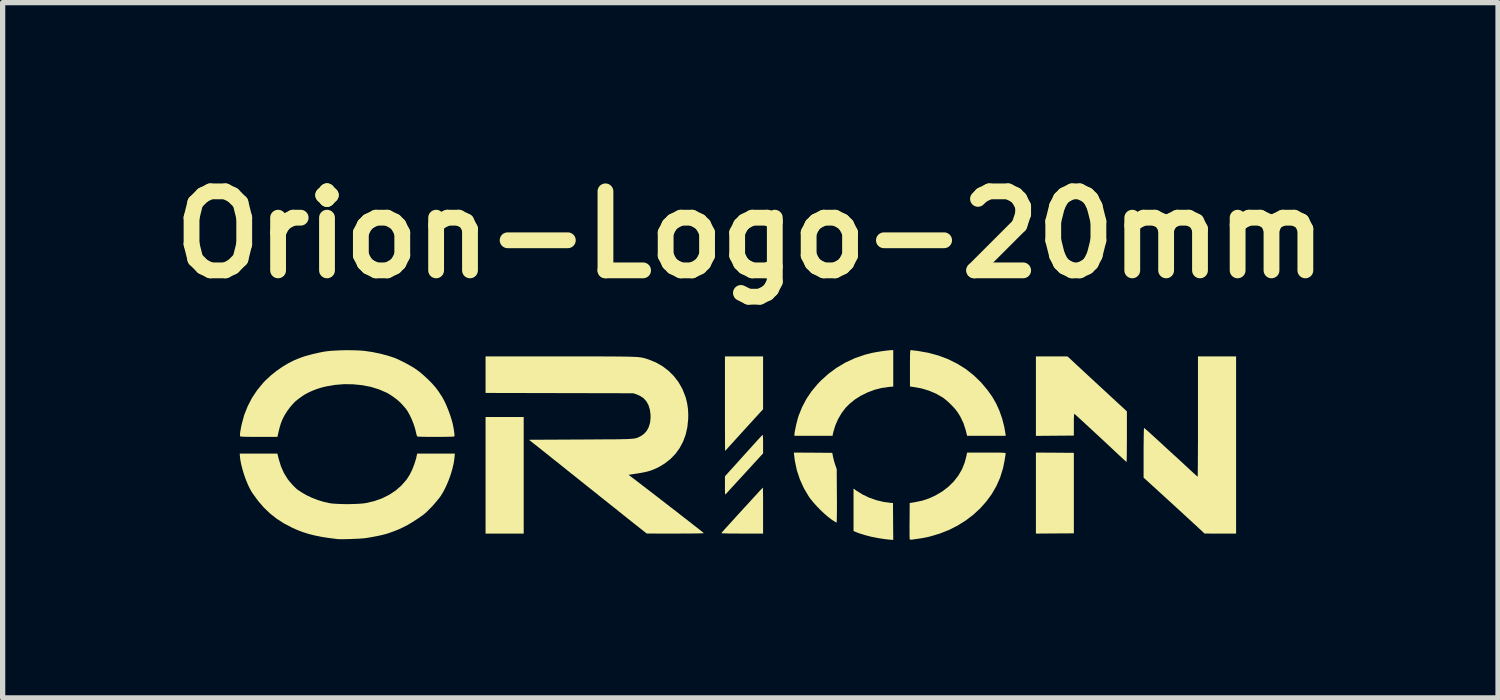
<source format=kicad_pcb>
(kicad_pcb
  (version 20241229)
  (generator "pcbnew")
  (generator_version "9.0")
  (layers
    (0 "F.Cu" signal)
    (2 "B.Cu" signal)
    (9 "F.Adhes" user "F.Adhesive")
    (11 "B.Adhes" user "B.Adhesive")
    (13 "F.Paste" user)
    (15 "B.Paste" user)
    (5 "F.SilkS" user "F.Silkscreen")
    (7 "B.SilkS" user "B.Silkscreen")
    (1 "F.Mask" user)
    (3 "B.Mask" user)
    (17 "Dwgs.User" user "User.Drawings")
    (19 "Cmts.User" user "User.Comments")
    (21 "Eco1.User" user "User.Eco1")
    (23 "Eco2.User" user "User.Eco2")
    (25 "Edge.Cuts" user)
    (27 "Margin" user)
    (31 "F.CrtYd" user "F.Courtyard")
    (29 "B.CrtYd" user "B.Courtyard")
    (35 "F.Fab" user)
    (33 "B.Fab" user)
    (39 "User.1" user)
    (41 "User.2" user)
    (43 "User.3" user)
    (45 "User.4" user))
  (footprint "Orion-Logo-20mm"
    (layer "F.Cu")
    (at 10.939 5.392)
    (property "Reference" "Orion-Logo-20mm" (at 0.254 -3.988 0) (layer "F.SilkS") (effects (font (size 1.5 1.5) (thickness 0.3))))
    (attr board_only exclude_from_pos_files exclude_from_bom)
    (fp_poly (pts (xy -4.048 0.58) (xy -4.048 1.687) (xy -4.41 1.687) (xy -4.772 1.687) (xy -4.772 0.58) (xy -4.772 -0.526) (xy -4.41 -0.526) (xy -4.048 -0.526)) (stroke (width 0) (type solid)) (fill yes) (layer "F.SilkS"))
    (fp_poly (pts (xy 6.035 0.151) (xy 6.395 0.154) (xy 6.395 0.918) (xy 6.395 1.682) (xy 6.035 1.684) (xy 5.675 1.687) (xy 5.675 0.918) (xy 5.675 0.149)) (stroke (width 0) (type solid)) (fill yes) (layer "F.SilkS"))
    (fp_poly (pts (xy 2.275 0.877) (xy 2.387 0.946) (xy 2.511 1.005) (xy 2.644 1.052) (xy 2.781 1.085) (xy 2.915 1.103) (xy 2.922 1.104) (xy 2.962 1.106) (xy 2.964 1.456) (xy 2.967 1.806) (xy 2.935 1.805) (xy 2.911 1.803) (xy 2.873 1.799) (xy 2.829 1.794) (xy 2.802 1.791) (xy 2.677 1.772) (xy 2.556 1.748) (xy 2.442 1.719) (xy 2.34 1.688) (xy 2.26 1.658) (xy 2.213 1.638) (xy 2.213 1.235) (xy 2.213 0.832)) (stroke (width 0) (type solid)) (fill yes) (layer "F.SilkS"))
    (fp_poly (pts (xy 0.496 -1.175) (xy 0.496 -0.674) (xy 0.295 -0.454) (xy 0.243 -0.397) (xy 0.187 -0.335) (xy 0.129 -0.272) (xy 0.071 -0.208) (xy 0.014 -0.145) (xy -0.041 -0.085) (xy -0.091 -0.029) (xy -0.136 0.02) (xy -0.173 0.061) (xy -0.201 0.092) (xy -0.219 0.112) (xy -0.225 0.118) (xy -0.225 0.109) (xy -0.226 0.082) (xy -0.226 0.037) (xy -0.227 -0.023) (xy -0.227 -0.098) (xy -0.227 -0.185) (xy -0.228 -0.284) (xy -0.228 -0.394) (xy -0.228 -0.511) (xy -0.228 -0.637) (xy -0.228 -0.768) (xy -0.228 -0.777) (xy -0.228 -1.677) (xy 0.134 -1.677) (xy 0.496 -1.677)) (stroke (width 0) (type solid)) (fill yes) (layer "F.SilkS"))
    (fp_poly (pts (xy 1.445 0.151) (xy 1.809 0.154) (xy 1.826 0.238) (xy 1.838 0.289) (xy 1.853 0.343) (xy 1.868 0.389) (xy 1.869 0.392) (xy 1.894 0.462) (xy 1.897 0.97) (xy 1.898 1.099) (xy 1.898 1.21) (xy 1.897 1.301) (xy 1.896 1.374) (xy 1.895 1.428) (xy 1.893 1.462) (xy 1.891 1.477) (xy 1.89 1.478) (xy 1.878 1.472) (xy 1.854 1.458) (xy 1.821 1.437) (xy 1.791 1.416) (xy 1.728 1.368) (xy 1.658 1.308) (xy 1.586 1.24) (xy 1.516 1.168) (xy 1.451 1.096) (xy 1.395 1.027) (xy 1.363 0.982) (xy 1.269 0.823) (xy 1.194 0.657) (xy 1.137 0.485) (xy 1.099 0.306) (xy 1.087 0.211) (xy 1.08 0.149)) (stroke (width 0) (type solid)) (fill yes) (layer "F.SilkS"))
    (fp_poly (pts (xy 0.493 0.823) (xy 0.494 0.851) (xy 0.494 0.894) (xy 0.495 0.951) (xy 0.496 1.02) (xy 0.496 1.099) (xy 0.496 1.185) (xy 0.496 1.25) (xy 0.496 1.687) (xy 0.098 1.687) (xy -0.001 1.686) (xy -0.089 1.686) (xy -0.163 1.685) (xy -0.221 1.683) (xy -0.264 1.682) (xy -0.289 1.68) (xy -0.296 1.677) (xy -0.289 1.669) (xy -0.27 1.647) (xy -0.241 1.614) (xy -0.202 1.571) (xy -0.156 1.52) (xy -0.103 1.462) (xy -0.046 1.399) (xy 0.014 1.333) (xy 0.077 1.264) (xy 0.14 1.195) (xy 0.202 1.128) (xy 0.261 1.063) (xy 0.317 1.002) (xy 0.368 0.947) (xy 0.411 0.899) (xy 0.447 0.861) (xy 0.474 0.833) (xy 0.489 0.817) (xy 0.492 0.814)) (stroke (width 0) (type solid)) (fill yes) (layer "F.SilkS"))
    (fp_poly (pts (xy 0.491 -0.179) (xy 0.493 -0.153) (xy 0.495 -0.113) (xy 0.496 -0.063) (xy 0.496 -0.012) (xy 0.496 0.164) (xy 0.355 0.318) (xy 0.31 0.367) (xy 0.255 0.428) (xy 0.193 0.495) (xy 0.129 0.565) (xy 0.065 0.635) (xy 0.011 0.693) (xy -0.041 0.75) (xy -0.089 0.802) (xy -0.132 0.849) (xy -0.167 0.888) (xy -0.193 0.917) (xy -0.208 0.934) (xy -0.211 0.936) (xy -0.217 0.943) (xy -0.221 0.944) (xy -0.224 0.937) (xy -0.226 0.919) (xy -0.227 0.889) (xy -0.228 0.844) (xy -0.228 0.782) (xy -0.228 0.778) (xy -0.228 0.599) (xy -0.009 0.357) (xy 0.052 0.289) (xy 0.116 0.218) (xy 0.179 0.148) (xy 0.24 0.081) (xy 0.294 0.021) (xy 0.338 -0.028) (xy 0.346 -0.036) (xy 0.387 -0.082) (xy 0.424 -0.122) (xy 0.454 -0.154) (xy 0.476 -0.177) (xy 0.488 -0.187) (xy 0.489 -0.188)) (stroke (width 0) (type solid)) (fill yes) (layer "F.SilkS"))
    (fp_poly (pts (xy 3.314 -1.795) (xy 3.344 -1.791) (xy 3.385 -1.786) (xy 3.43 -1.781) (xy 3.634 -1.745) (xy 3.828 -1.692) (xy 4.011 -1.623) (xy 4.183 -1.537) (xy 4.345 -1.436) (xy 4.494 -1.318) (xy 4.632 -1.185) (xy 4.757 -1.036) (xy 4.846 -0.911) (xy 4.919 -0.784) (xy 4.982 -0.645) (xy 5.034 -0.497) (xy 5.073 -0.346) (xy 5.095 -0.221) (xy 5.102 -0.169) (xy 4.735 -0.169) (xy 4.369 -0.169) (xy 4.343 -0.275) (xy 4.3 -0.409) (xy 4.238 -0.538) (xy 4.186 -0.62) (xy 4.146 -0.672) (xy 4.095 -0.729) (xy 4.037 -0.787) (xy 3.979 -0.84) (xy 3.924 -0.884) (xy 3.904 -0.898) (xy 3.78 -0.969) (xy 3.645 -1.026) (xy 3.503 -1.069) (xy 3.396 -1.089) (xy 3.284 -1.106) (xy 3.284 -1.451) (xy 3.284 -1.544) (xy 3.285 -1.619) (xy 3.285 -1.678) (xy 3.286 -1.723) (xy 3.288 -1.755) (xy 3.29 -1.777) (xy 3.293 -1.789) (xy 3.296 -1.795) (xy 3.299 -1.796)) (stroke (width 0) (type solid)) (fill yes) (layer "F.SilkS"))
    (fp_poly (pts (xy 2.967 -1.45) (xy 2.967 -1.104) (xy 2.881 -1.097) (xy 2.744 -1.077) (xy 2.609 -1.042) (xy 2.477 -0.992) (xy 2.351 -0.93) (xy 2.236 -0.857) (xy 2.133 -0.773) (xy 2.06 -0.698) (xy 1.984 -0.597) (xy 1.919 -0.485) (xy 1.867 -0.366) (xy 1.831 -0.247) (xy 1.826 -0.226) (xy 1.814 -0.169) (xy 1.453 -0.169) (xy 1.091 -0.169) (xy 1.091 -0.195) (xy 1.094 -0.224) (xy 1.101 -0.267) (xy 1.112 -0.32) (xy 1.124 -0.379) (xy 1.139 -0.438) (xy 1.153 -0.493) (xy 1.167 -0.539) (xy 1.171 -0.552) (xy 1.238 -0.717) (xy 1.32 -0.872) (xy 1.418 -1.017) (xy 1.533 -1.154) (xy 1.592 -1.216) (xy 1.736 -1.346) (xy 1.892 -1.461) (xy 2.059 -1.56) (xy 2.236 -1.642) (xy 2.422 -1.707) (xy 2.552 -1.74) (xy 2.6 -1.75) (xy 2.658 -1.76) (xy 2.722 -1.771) (xy 2.786 -1.78) (xy 2.847 -1.788) (xy 2.898 -1.793) (xy 2.937 -1.796) (xy 2.944 -1.796) (xy 2.967 -1.796)) (stroke (width 0) (type solid)) (fill yes) (layer "F.SilkS"))
    (fp_poly (pts (xy 5.975 -1.677) (xy 6.276 -1.676) (xy 6.4 -1.561) (xy 6.43 -1.532) (xy 6.473 -1.492) (xy 6.528 -1.442) (xy 6.591 -1.383) (xy 6.662 -1.317) (xy 6.739 -1.246) (xy 6.819 -1.172) (xy 6.902 -1.095) (xy 6.963 -1.039) (xy 7.402 -0.633) (xy 7.402 -0.153) (xy 7.402 -0.057) (xy 7.401 0.032) (xy 7.401 0.113) (xy 7.4 0.184) (xy 7.399 0.242) (xy 7.398 0.287) (xy 7.397 0.316) (xy 7.396 0.327) (xy 7.396 0.327) (xy 7.388 0.321) (xy 7.367 0.303) (xy 7.336 0.275) (xy 7.298 0.24) (xy 7.254 0.199) (xy 7.24 0.186) (xy 7.18 0.13) (xy 7.114 0.068) (xy 7.045 0.003) (xy 6.972 -0.065) (xy 6.898 -0.134) (xy 6.824 -0.202) (xy 6.752 -0.269) (xy 6.682 -0.334) (xy 6.618 -0.393) (xy 6.559 -0.448) (xy 6.507 -0.495) (xy 6.465 -0.534) (xy 6.433 -0.563) (xy 6.413 -0.581) (xy 6.406 -0.587) (xy 6.402 -0.583) (xy 6.399 -0.566) (xy 6.397 -0.533) (xy 6.395 -0.483) (xy 6.395 -0.416) (xy 6.395 -0.384) (xy 6.395 -0.174) (xy 6.035 -0.171) (xy 5.675 -0.168) (xy 5.675 -0.923) (xy 5.675 -1.677)) (stroke (width 0) (type solid)) (fill yes) (layer "F.SilkS"))
    (fp_poly (pts (xy 4.833 0.149) (xy 4.914 0.149) (xy 4.978 0.15) (xy 5.026 0.151) (xy 5.061 0.153) (xy 5.084 0.155) (xy 5.097 0.158) (xy 5.1 0.161) (xy 5.098 0.187) (xy 5.092 0.227) (xy 5.084 0.277) (xy 5.074 0.332) (xy 5.063 0.386) (xy 5.053 0.436) (xy 5.046 0.463) (xy 4.994 0.628) (xy 4.924 0.786) (xy 4.837 0.936) (xy 4.734 1.077) (xy 4.616 1.209) (xy 4.485 1.33) (xy 4.341 1.439) (xy 4.186 1.536) (xy 4.019 1.62) (xy 3.843 1.689) (xy 3.659 1.743) (xy 3.607 1.755) (xy 3.569 1.763) (xy 3.533 1.77) (xy 3.495 1.776) (xy 3.449 1.783) (xy 3.392 1.791) (xy 3.321 1.801) (xy 3.291 1.802) (xy 3.279 1.793) (xy 3.278 1.781) (xy 3.277 1.751) (xy 3.276 1.706) (xy 3.276 1.648) (xy 3.276 1.58) (xy 3.276 1.504) (xy 3.277 1.444) (xy 3.279 1.107) (xy 3.381 1.09) (xy 3.516 1.062) (xy 3.642 1.02) (xy 3.762 0.966) (xy 3.894 0.889) (xy 4.012 0.799) (xy 4.114 0.699) (xy 4.201 0.588) (xy 4.271 0.468) (xy 4.323 0.339) (xy 4.356 0.211) (xy 4.368 0.149) (xy 4.734 0.149)) (stroke (width 0) (type solid)) (fill yes) (layer "F.SilkS"))
    (fp_poly (pts (xy 9.475 0.005) (xy 9.475 1.687) (xy 9.175 1.687) (xy 8.875 1.686) (xy 8.816 1.629) (xy 8.798 1.613) (xy 8.768 1.585) (xy 8.725 1.545) (xy 8.672 1.497) (xy 8.61 1.439) (xy 8.539 1.375) (xy 8.463 1.304) (xy 8.381 1.229) (xy 8.295 1.15) (xy 8.238 1.098) (xy 7.719 0.624) (xy 7.719 0.153) (xy 7.719 0.055) (xy 7.72 -0.035) (xy 7.721 -0.117) (xy 7.722 -0.186) (xy 7.723 -0.243) (xy 7.725 -0.285) (xy 7.726 -0.31) (xy 7.728 -0.318) (xy 7.738 -0.311) (xy 7.76 -0.293) (xy 7.791 -0.266) (xy 7.83 -0.231) (xy 7.874 -0.191) (xy 7.88 -0.186) (xy 7.921 -0.148) (xy 7.975 -0.099) (xy 8.037 -0.042) (xy 8.105 0.021) (xy 8.177 0.087) (xy 8.249 0.153) (xy 8.305 0.204) (xy 8.372 0.265) (xy 8.437 0.325) (xy 8.498 0.382) (xy 8.554 0.433) (xy 8.601 0.477) (xy 8.638 0.511) (xy 8.663 0.534) (xy 8.695 0.563) (xy 8.722 0.587) (xy 8.739 0.602) (xy 8.745 0.605) (xy 8.746 0.596) (xy 8.747 0.567) (xy 8.747 0.522) (xy 8.748 0.46) (xy 8.749 0.383) (xy 8.749 0.293) (xy 8.75 0.19) (xy 8.75 0.076) (xy 8.751 -0.048) (xy 8.751 -0.181) (xy 8.751 -0.321) (xy 8.751 -0.467) (xy 8.751 -0.536) (xy 8.751 -1.677) (xy 9.113 -1.677) (xy 9.475 -1.677)) (stroke (width 0) (type solid)) (fill yes) (layer "F.SilkS"))
    (fp_poly (pts (xy -8.698 0.272) (xy -8.656 0.41) (xy -8.6 0.536) (xy -8.528 0.652) (xy -8.521 0.661) (xy -8.493 0.697) (xy -8.458 0.737) (xy -8.421 0.778) (xy -8.386 0.813) (xy -8.356 0.841) (xy -8.342 0.852) (xy -8.321 0.866) (xy -8.29 0.886) (xy -8.259 0.907) (xy -8.171 0.958) (xy -8.07 1.006) (xy -7.959 1.049) (xy -7.846 1.084) (xy -7.739 1.108) (xy -7.684 1.116) (xy -7.614 1.121) (xy -7.532 1.125) (xy -7.444 1.127) (xy -7.353 1.127) (xy -7.264 1.125) (xy -7.181 1.121) (xy -7.108 1.116) (xy -7.05 1.108) (xy -7.046 1.108) (xy -6.887 1.071) (xy -6.739 1.019) (xy -6.604 0.952) (xy -6.482 0.872) (xy -6.373 0.778) (xy -6.279 0.671) (xy -6.267 0.655) (xy -6.214 0.573) (xy -6.166 0.477) (xy -6.125 0.372) (xy -6.091 0.264) (xy -6.077 0.201) (xy -6.071 0.169) (xy -5.713 0.169) (xy -5.355 0.169) (xy -5.362 0.248) (xy -5.376 0.348) (xy -5.401 0.456) (xy -5.434 0.568) (xy -5.475 0.68) (xy -5.521 0.788) (xy -5.571 0.887) (xy -5.623 0.973) (xy -5.652 1.012) (xy -5.712 1.085) (xy -5.773 1.156) (xy -5.835 1.22) (xy -5.892 1.277) (xy -5.943 1.321) (xy -5.966 1.339) (xy -6.07 1.411) (xy -6.164 1.471) (xy -6.251 1.523) (xy -6.336 1.567) (xy -6.422 1.607) (xy -6.515 1.644) (xy -6.617 1.68) (xy -6.625 1.683) (xy -6.68 1.699) (xy -6.752 1.717) (xy -6.837 1.735) (xy -6.931 1.753) (xy -7.032 1.77) (xy -7.042 1.771) (xy -7.079 1.776) (xy -7.131 1.78) (xy -7.194 1.784) (xy -7.264 1.787) (xy -7.336 1.79) (xy -7.407 1.792) (xy -7.473 1.793) (xy -7.529 1.793) (xy -7.572 1.792) (xy -7.59 1.79) (xy -7.748 1.77) (xy -7.889 1.748) (xy -8.016 1.722) (xy -8.132 1.693) (xy -8.239 1.659) (xy -8.342 1.62) (xy -8.443 1.575) (xy -8.448 1.572) (xy -8.601 1.492) (xy -8.739 1.403) (xy -8.864 1.304) (xy -8.98 1.193) (xy -9.089 1.067) (xy -9.193 0.924) (xy -9.204 0.908) (xy -9.242 0.842) (xy -9.281 0.762) (xy -9.319 0.671) (xy -9.354 0.574) (xy -9.384 0.475) (xy -9.409 0.38) (xy -9.426 0.293) (xy -9.433 0.238) (xy -9.439 0.169) (xy -9.081 0.169) (xy -8.724 0.169)) (stroke (width 0) (type solid)) (fill yes) (layer "F.SilkS"))
    (fp_poly (pts (xy -7.243 -1.792) (xy -7.15 -1.788) (xy -7.077 -1.782) (xy -6.93 -1.761) (xy -6.776 -1.73) (xy -6.625 -1.69) (xy -6.509 -1.652) (xy -6.462 -1.633) (xy -6.404 -1.606) (xy -6.338 -1.574) (xy -6.271 -1.539) (xy -6.206 -1.503) (xy -6.149 -1.47) (xy -6.113 -1.447) (xy -6.031 -1.388) (xy -5.948 -1.318) (xy -5.866 -1.242) (xy -5.788 -1.164) (xy -5.72 -1.086) (xy -5.665 -1.012) (xy -5.653 -0.995) (xy -5.631 -0.96) (xy -5.608 -0.925) (xy -5.601 -0.915) (xy -5.571 -0.862) (xy -5.537 -0.795) (xy -5.503 -0.717) (xy -5.47 -0.634) (xy -5.44 -0.55) (xy -5.415 -0.47) (xy -5.403 -0.427) (xy -5.391 -0.377) (xy -5.381 -0.325) (xy -5.372 -0.273) (xy -5.366 -0.227) (xy -5.362 -0.189) (xy -5.362 -0.164) (xy -5.363 -0.158) (xy -5.374 -0.156) (xy -5.402 -0.154) (xy -5.444 -0.152) (xy -5.498 -0.151) (xy -5.561 -0.15) (xy -5.63 -0.149) (xy -5.701 -0.149) (xy -5.774 -0.149) (xy -5.844 -0.149) (xy -5.91 -0.15) (xy -5.967 -0.151) (xy -6.014 -0.152) (xy -6.048 -0.154) (xy -6.066 -0.156) (xy -6.068 -0.156) (xy -6.075 -0.169) (xy -6.083 -0.196) (xy -6.091 -0.228) (xy -6.111 -0.311) (xy -6.139 -0.397) (xy -6.173 -0.482) (xy -6.211 -0.562) (xy -6.25 -0.633) (xy -6.29 -0.69) (xy -6.305 -0.707) (xy -6.323 -0.727) (xy -6.347 -0.754) (xy -6.365 -0.775) (xy -6.402 -0.812) (xy -6.451 -0.855) (xy -6.508 -0.898) (xy -6.567 -0.939) (xy -6.624 -0.974) (xy -6.65 -0.988) (xy -6.794 -1.05) (xy -6.948 -1.098) (xy -7.112 -1.13) (xy -7.281 -1.147) (xy -7.453 -1.15) (xy -7.627 -1.136) (xy -7.798 -1.107) (xy -7.887 -1.085) (xy -7.967 -1.06) (xy -8.05 -1.029) (xy -8.129 -0.993) (xy -8.199 -0.956) (xy -8.25 -0.923) (xy -8.283 -0.899) (xy -8.316 -0.876) (xy -8.325 -0.869) (xy -8.376 -0.829) (xy -8.43 -0.774) (xy -8.485 -0.709) (xy -8.538 -0.638) (xy -8.584 -0.566) (xy -8.602 -0.532) (xy -8.633 -0.468) (xy -8.658 -0.403) (xy -8.68 -0.331) (xy -8.701 -0.246) (xy -8.723 -0.149) (xy -9.074 -0.149) (xy -9.18 -0.149) (xy -9.267 -0.15) (xy -9.335 -0.151) (xy -9.385 -0.153) (xy -9.417 -0.156) (xy -9.431 -0.159) (xy -9.431 -0.16) (xy -9.434 -0.178) (xy -9.432 -0.214) (xy -9.425 -0.266) (xy -9.413 -0.332) (xy -9.4 -0.392) (xy -9.354 -0.563) (xy -9.288 -0.729) (xy -9.206 -0.888) (xy -9.107 -1.037) (xy -8.994 -1.174) (xy -8.945 -1.225) (xy -8.848 -1.315) (xy -8.742 -1.4) (xy -8.63 -1.478) (xy -8.517 -1.546) (xy -8.407 -1.602) (xy -8.335 -1.632) (xy -8.306 -1.643) (xy -8.268 -1.657) (xy -8.242 -1.666) (xy -8.195 -1.682) (xy -8.133 -1.699) (xy -8.063 -1.718) (xy -7.988 -1.735) (xy -7.914 -1.752) (xy -7.847 -1.765) (xy -7.809 -1.771) (xy -7.736 -1.78) (xy -7.649 -1.786) (xy -7.552 -1.791) (xy -7.448 -1.794) (xy -7.344 -1.794)) (stroke (width 0) (type solid)) (fill yes) (layer "F.SilkS"))
    (fp_poly (pts (xy -2.971 -1.677) (xy -2.806 -1.677) (xy -2.658 -1.677) (xy -2.526 -1.676) (xy -2.408 -1.676) (xy -2.304 -1.675) (xy -2.212 -1.674) (xy -2.133 -1.673) (xy -2.063 -1.672) (xy -2.003 -1.67) (xy -1.952 -1.668) (xy -1.908 -1.666) (xy -1.871 -1.663) (xy -1.839 -1.659) (xy -1.811 -1.655) (xy -1.786 -1.65) (xy -1.764 -1.645) (xy -1.743 -1.639) (xy -1.722 -1.633) (xy -1.701 -1.626) (xy -1.677 -1.618) (xy -1.674 -1.617) (xy -1.537 -1.561) (xy -1.411 -1.489) (xy -1.297 -1.402) (xy -1.196 -1.301) (xy -1.109 -1.187) (xy -1.037 -1.061) (xy -0.982 -0.924) (xy -0.968 -0.881) (xy -0.944 -0.778) (xy -0.929 -0.675) (xy -0.924 -0.564) (xy -0.926 -0.486) (xy -0.941 -0.335) (xy -0.973 -0.193) (xy -1.022 -0.06) (xy -1.087 0.062) (xy -1.167 0.173) (xy -1.263 0.272) (xy -1.374 0.358) (xy -1.475 0.419) (xy -1.529 0.446) (xy -1.581 0.469) (xy -1.633 0.489) (xy -1.689 0.506) (xy -1.752 0.521) (xy -1.826 0.535) (xy -1.912 0.549) (xy -2.009 0.564) (xy -2.058 0.571) (xy -1.954 0.65) (xy -1.883 0.704) (xy -1.804 0.765) (xy -1.719 0.83) (xy -1.63 0.898) (xy -1.537 0.97) (xy -1.443 1.043) (xy -1.348 1.116) (xy -1.253 1.19) (xy -1.16 1.261) (xy -1.071 1.331) (xy -0.986 1.397) (xy -0.907 1.458) (xy -0.836 1.514) (xy -0.773 1.563) (xy -0.719 1.605) (xy -0.677 1.639) (xy -0.648 1.662) (xy -0.632 1.676) (xy -0.629 1.678) (xy -0.638 1.68) (xy -0.665 1.681) (xy -0.709 1.683) (xy -0.769 1.684) (xy -0.843 1.685) (xy -0.931 1.686) (xy -1.03 1.686) (xy -1.14 1.687) (xy -1.168 1.687) (xy -1.712 1.686) (xy -1.772 1.639) (xy -1.793 1.622) (xy -1.821 1.6) (xy -1.855 1.573) (xy -1.897 1.54) (xy -1.947 1.501) (xy -2.005 1.454) (xy -2.073 1.401) (xy -2.15 1.339) (xy -2.239 1.268) (xy -2.339 1.188) (xy -2.451 1.099) (xy -2.576 1) (xy -2.714 0.889) (xy -2.866 0.768) (xy -3.026 0.64) (xy -3.138 0.551) (xy -3.247 0.464) (xy -3.35 0.381) (xy -3.449 0.303) (xy -3.54 0.23) (xy -3.623 0.164) (xy -3.697 0.105) (xy -3.761 0.054) (xy -3.814 0.012) (xy -3.855 -0.02) (xy -3.881 -0.041) (xy -3.892 -0.05) (xy -3.949 -0.094) (xy -2.964 -0.099) (xy -2.8 -0.1) (xy -2.654 -0.101) (xy -2.526 -0.102) (xy -2.413 -0.102) (xy -2.316 -0.103) (xy -2.232 -0.104) (xy -2.16 -0.106) (xy -2.1 -0.107) (xy -2.05 -0.109) (xy -2.008 -0.112) (xy -1.974 -0.115) (xy -1.946 -0.119) (xy -1.922 -0.123) (xy -1.903 -0.128) (xy -1.886 -0.134) (xy -1.87 -0.141) (xy -1.854 -0.149) (xy -1.837 -0.158) (xy -1.825 -0.164) (xy -1.764 -0.206) (xy -1.713 -0.263) (xy -1.675 -0.333) (xy -1.65 -0.414) (xy -1.64 -0.505) (xy -1.64 -0.566) (xy -1.653 -0.666) (xy -1.68 -0.753) (xy -1.72 -0.825) (xy -1.774 -0.884) (xy -1.843 -0.929) (xy -1.903 -0.955) (xy -1.969 -0.977) (xy -3.371 -0.98) (xy -4.772 -0.983) (xy -4.772 -1.33) (xy -4.772 -1.677) (xy -3.355 -1.677) (xy -3.153 -1.677)) (stroke (width 0) (type solid)) (fill yes) (layer "F.SilkS")))
  (gr_rect
    (start -3 -3)
    (end 25.386 10.198)
    (stroke (width 0.1) (type default))
    (fill no)
    (layer "Edge.Cuts")))
</source>
